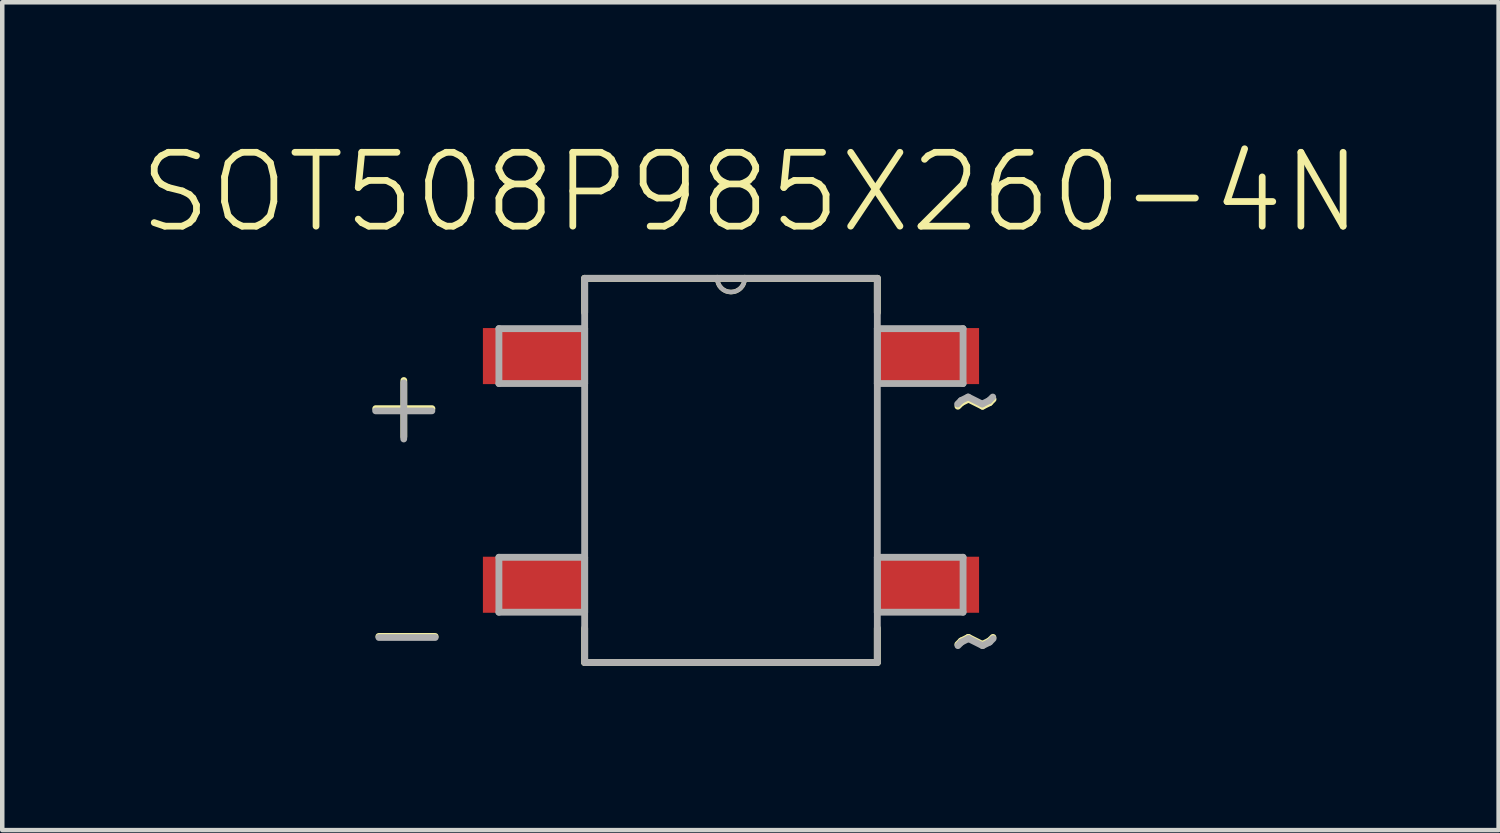
<source format=kicad_pcb>
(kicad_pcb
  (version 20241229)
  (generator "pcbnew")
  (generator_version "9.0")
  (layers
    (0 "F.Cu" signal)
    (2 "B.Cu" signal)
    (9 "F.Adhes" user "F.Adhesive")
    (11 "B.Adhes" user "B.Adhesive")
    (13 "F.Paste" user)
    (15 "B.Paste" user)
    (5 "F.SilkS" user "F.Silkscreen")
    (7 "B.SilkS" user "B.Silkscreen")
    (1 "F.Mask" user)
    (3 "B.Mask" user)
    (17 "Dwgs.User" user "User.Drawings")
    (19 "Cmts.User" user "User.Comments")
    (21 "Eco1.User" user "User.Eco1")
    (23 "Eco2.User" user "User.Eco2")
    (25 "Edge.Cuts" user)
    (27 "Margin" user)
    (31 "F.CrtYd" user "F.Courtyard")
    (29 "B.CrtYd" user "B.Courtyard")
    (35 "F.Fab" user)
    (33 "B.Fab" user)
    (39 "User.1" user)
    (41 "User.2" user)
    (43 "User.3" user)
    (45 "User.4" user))
  (footprint "SOT508P985X260-4N"
    (layer "F.Cu")
    (at 13.19 7.401)
    (property "Reference" "SOT508P985X260-4N" (at 0.432 -6.178 0) (layer "F.SilkS") (effects (font (size 1.641 1.641) (thickness 0.15))))
    (attr through_hole)
    (fp_line (start -3.251 -4.267) (end -3.251 -3.505) (stroke (width 0.152) (type solid)) (layer "F.SilkS"))
    (fp_line (start -3.251 3.505) (end -3.251 4.267) (stroke (width 0.152) (type solid)) (layer "F.SilkS"))
    (fp_line (start -3.251 4.267) (end 3.251 4.267) (stroke (width 0.152) (type solid)) (layer "F.SilkS"))
    (fp_line (start -0.305 -4.267) (end -3.251 -4.267) (stroke (width 0.152) (type solid)) (layer "F.SilkS"))
    (fp_line (start 0.305 -4.267) (end -0.305 -4.267) (stroke (width 0.152) (type solid)) (layer "F.SilkS"))
    (fp_line (start 3.251 -4.267) (end 0.305 -4.267) (stroke (width 0.152) (type solid)) (layer "F.SilkS"))
    (fp_line (start 3.251 -3.505) (end 3.251 -4.267) (stroke (width 0.152) (type solid)) (layer "F.SilkS"))
    (fp_line (start 3.251 4.267) (end 3.251 3.505) (stroke (width 0.152) (type solid)) (layer "F.SilkS"))
    (fp_arc (start 0.3048 -4.2672) (mid 0 -3.9624) (end -0.3048 -4.2672) (stroke (width 0.1) (type solid)) (layer "F.SilkS"))
    (fp_line (start -5.156 -3.15) (end -5.156 -1.93) (stroke (width 0.152) (type solid)) (layer "F.Fab"))
    (fp_line (start -5.156 -1.93) (end -3.251 -1.93) (stroke (width 0.152) (type solid)) (layer "F.Fab"))
    (fp_line (start -5.156 1.93) (end -5.156 3.15) (stroke (width 0.152) (type solid)) (layer "F.Fab"))
    (fp_line (start -5.156 3.15) (end -3.251 3.15) (stroke (width 0.152) (type solid)) (layer "F.Fab"))
    (fp_line (start -3.251 -4.267) (end -3.251 4.267) (stroke (width 0.152) (type solid)) (layer "F.Fab"))
    (fp_line (start -3.251 -3.15) (end -5.156 -3.15) (stroke (width 0.152) (type solid)) (layer "F.Fab"))
    (fp_line (start -3.251 -1.93) (end -3.251 -3.15) (stroke (width 0.152) (type solid)) (layer "F.Fab"))
    (fp_line (start -3.251 1.93) (end -5.156 1.93) (stroke (width 0.152) (type solid)) (layer "F.Fab"))
    (fp_line (start -3.251 3.15) (end -3.251 1.93) (stroke (width 0.152) (type solid)) (layer "F.Fab"))
    (fp_line (start -3.251 4.267) (end 3.251 4.267) (stroke (width 0.152) (type solid)) (layer "F.Fab"))
    (fp_line (start -0.305 -4.267) (end -3.251 -4.267) (stroke (width 0.152) (type solid)) (layer "F.Fab"))
    (fp_line (start 0.305 -4.267) (end -0.305 -4.267) (stroke (width 0.152) (type solid)) (layer "F.Fab"))
    (fp_line (start 3.251 -4.267) (end 0.305 -4.267) (stroke (width 0.152) (type solid)) (layer "F.Fab"))
    (fp_line (start 3.251 -3.15) (end 3.251 -1.93) (stroke (width 0.152) (type solid)) (layer "F.Fab"))
    (fp_line (start 3.251 -1.93) (end 5.156 -1.93) (stroke (width 0.152) (type solid)) (layer "F.Fab"))
    (fp_line (start 3.251 1.93) (end 3.251 3.15) (stroke (width 0.152) (type solid)) (layer "F.Fab"))
    (fp_line (start 3.251 3.15) (end 5.156 3.15) (stroke (width 0.152) (type solid)) (layer "F.Fab"))
    (fp_line (start 3.251 4.267) (end 3.251 -4.267) (stroke (width 0.152) (type solid)) (layer "F.Fab"))
    (fp_line (start 5.156 -3.15) (end 3.251 -3.15) (stroke (width 0.152) (type solid)) (layer "F.Fab"))
    (fp_line (start 5.156 -1.93) (end 5.156 -3.15) (stroke (width 0.152) (type solid)) (layer "F.Fab"))
    (fp_line (start 5.156 1.93) (end 3.251 1.93) (stroke (width 0.152) (type solid)) (layer "F.Fab"))
    (fp_line (start 5.156 3.15) (end 5.156 1.93) (stroke (width 0.152) (type solid)) (layer "F.Fab"))
    (fp_arc (start 0.3048 -4.2672) (mid 0 -3.9624) (end -0.3048 -4.2672) (stroke (width 0.1) (type solid)) (layer "F.Fab"))
    (fp_text user "+" (at -7.268 -1.499 0) (layer "F.SilkS") (effects (font (size 1.641 1.641) (thickness 0.15))))
    (fp_text user "~" (at 5.471 -1.552 0) (layer "F.SilkS") (effects (font (size 1.643 1.643) (thickness 0.15))))
    (fp_text user "-" (at -7.198 3.561 0) (layer "F.SilkS") (effects (font (size 1.642 1.642) (thickness 0.15))))
    (fp_text user "~" (at 5.469 3.739 0) (layer "F.SilkS") (effects (font (size 1.642 1.642) (thickness 0.15))))
    (fp_text user "-" (at -7.197 3.586 0) (layer "F.Fab") (effects (font (size 1.642 1.642) (thickness 0.15))))
    (fp_text user "+" (at -7.27 -1.449 0) (layer "F.Fab") (effects (font (size 1.641 1.641) (thickness 0.15))))
    (fp_text user "~" (at 5.472 3.767 0) (layer "F.Fab") (effects (font (size 1.643 1.643) (thickness 0.15))))
    (fp_text user "~" (at 5.464 -1.601 0) (layer "F.Fab") (effects (font (size 1.641 1.641) (thickness 0.15))))
    (pad "1" smd rect (at -4.394 -2.54) (size 2.235 1.245) (layers "F.Cu" "F.Mask" "F.Paste"))
    (pad "2" smd rect (at -4.394 2.54) (size 2.235 1.245) (layers "F.Cu" "F.Mask" "F.Paste"))
    (pad "3" smd rect (at 4.394 2.54) (size 2.235 1.245) (layers "F.Cu" "F.Mask" "F.Paste"))
    (pad "4" smd rect (at 4.394 -2.54) (size 2.235 1.245) (layers "F.Cu" "F.Mask" "F.Paste")))
  (gr_rect
    (start -3 -3)
    (end 30.244 15.392)
    (stroke (width 0.1) (type default))
    (fill no)
    (layer "Edge.Cuts")))
</source>
